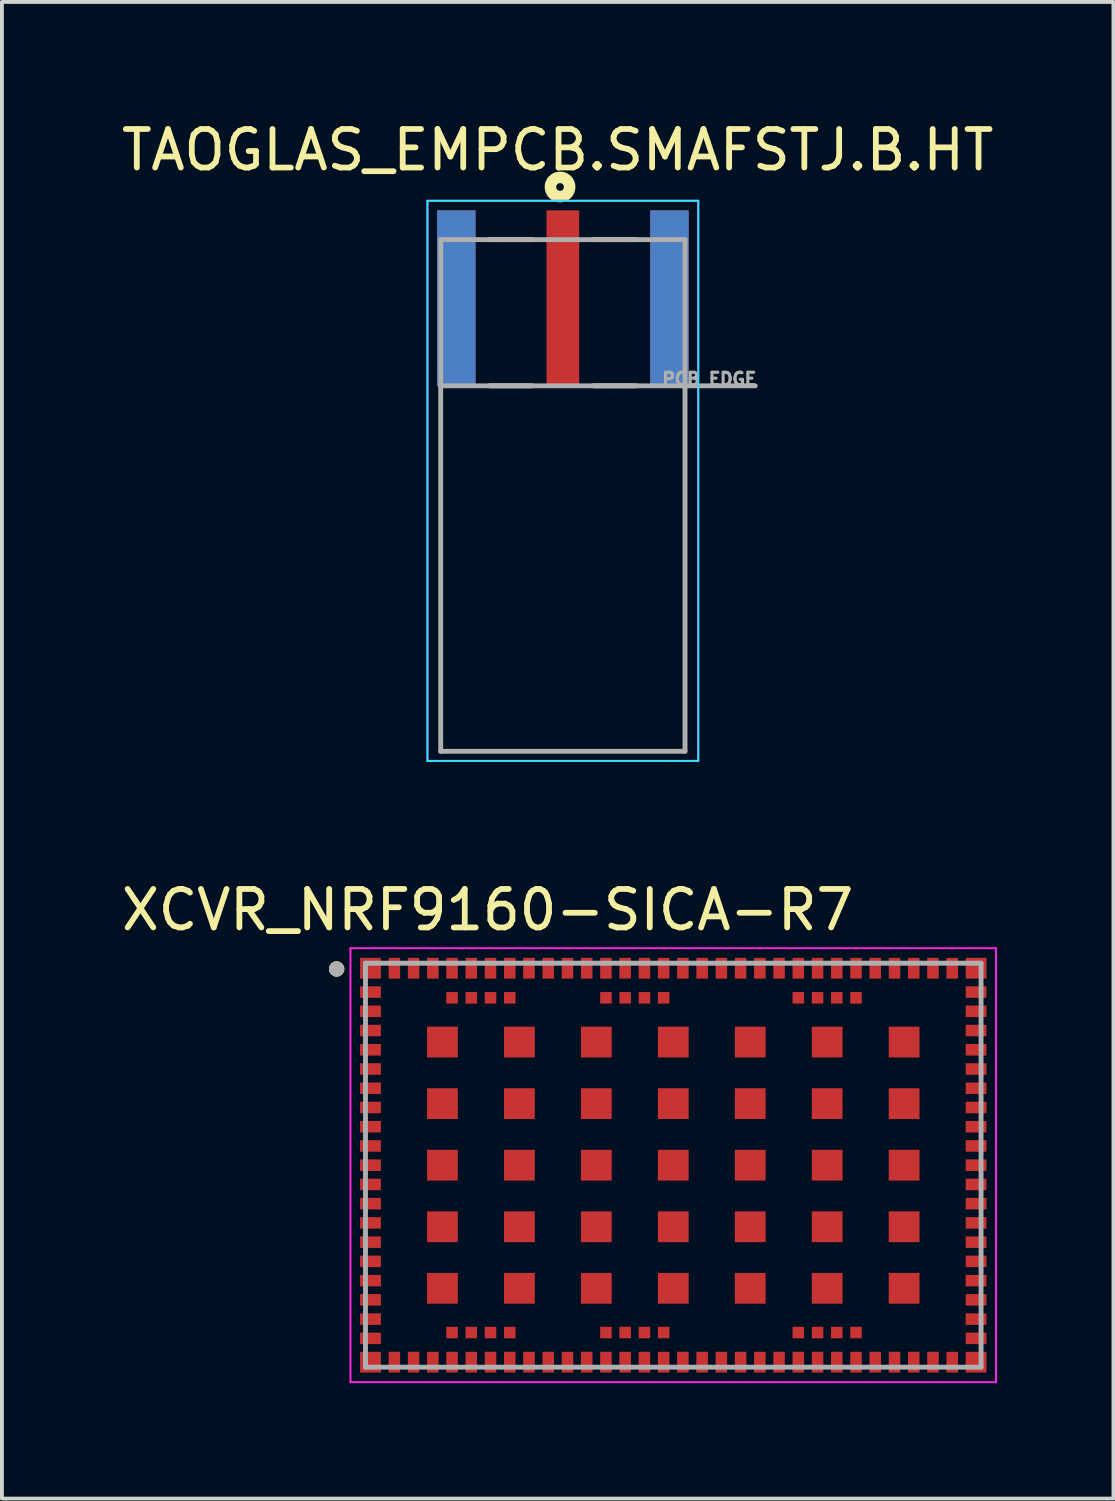
<source format=kicad_pcb>
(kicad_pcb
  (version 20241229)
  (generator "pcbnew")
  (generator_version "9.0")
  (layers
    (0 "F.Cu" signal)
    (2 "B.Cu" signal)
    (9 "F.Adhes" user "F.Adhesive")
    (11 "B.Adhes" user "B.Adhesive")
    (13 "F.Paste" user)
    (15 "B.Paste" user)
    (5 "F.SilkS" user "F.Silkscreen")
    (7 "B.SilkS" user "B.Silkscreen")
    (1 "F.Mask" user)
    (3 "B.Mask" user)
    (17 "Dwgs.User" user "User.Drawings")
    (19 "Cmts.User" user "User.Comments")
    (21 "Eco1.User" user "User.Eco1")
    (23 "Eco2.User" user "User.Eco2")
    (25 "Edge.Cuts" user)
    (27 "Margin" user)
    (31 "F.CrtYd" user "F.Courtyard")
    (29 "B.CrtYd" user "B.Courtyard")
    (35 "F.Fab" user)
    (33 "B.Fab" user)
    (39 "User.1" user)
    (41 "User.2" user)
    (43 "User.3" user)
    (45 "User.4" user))
  (footprint "XCVR_NRF9160-SICA-R7"
    (layer "F.Cu")
    (at 14.45 27.236)
    (property "Reference" "XCVR_NRF9160-SICA-R7" (at -4.825 -6.635 0) (layer "F.SilkS") (effects (font (size 1 1) (thickness 0.15))))
    (attr through_hole)
    (fp_circle (center -8.75 -5.1) (end -8.65 -5.1) (stroke (width 0.2) (type solid)) (fill no) (layer "F.SilkS"))
    (fp_line (start -8.39 -5.64) (end 8.39 -5.64) (stroke (width 0.05) (type solid)) (layer "F.CrtYd"))
    (fp_line (start -8.39 5.64) (end -8.39 -5.64) (stroke (width 0.05) (type solid)) (layer "F.CrtYd"))
    (fp_line (start 8.39 -5.64) (end 8.39 5.64) (stroke (width 0.05) (type solid)) (layer "F.CrtYd"))
    (fp_line (start 8.39 5.64) (end -8.39 5.64) (stroke (width 0.05) (type solid)) (layer "F.CrtYd"))
    (fp_line (start -8 -5.25) (end 8 -5.25) (stroke (width 0.127) (type solid)) (layer "F.Fab"))
    (fp_line (start -8 5.25) (end -8 -5.25) (stroke (width 0.127) (type solid)) (layer "F.Fab"))
    (fp_line (start 8 -5.25) (end 8 5.25) (stroke (width 0.127) (type solid)) (layer "F.Fab"))
    (fp_line (start 8 5.25) (end -8 5.25) (stroke (width 0.127) (type solid)) (layer "F.Fab"))
    (fp_circle (center -8.75 -5.1) (end -8.65 -5.1) (stroke (width 0.2) (type solid)) (fill no) (layer "F.Fab"))
    (pad "1" smd rect (at -7.87 -5.12) (size 0.54 0.54) (layers "F.Cu" "F.Mask" "F.Paste"))
    (pad "2" smd rect (at -7.87 -4.5) (size 0.54 0.3) (layers "F.Cu" "F.Mask" "F.Paste"))
    (pad "3" smd rect (at -7.87 -4) (size 0.54 0.3) (layers "F.Cu" "F.Mask" "F.Paste"))
    (pad "4" smd rect (at -7.87 -3.5) (size 0.54 0.3) (layers "F.Cu" "F.Mask" "F.Paste"))
    (pad "5" smd rect (at -7.87 -3) (size 0.54 0.3) (layers "F.Cu" "F.Mask" "F.Paste"))
    (pad "6" smd rect (at -7.87 -2.5) (size 0.54 0.3) (layers "F.Cu" "F.Mask" "F.Paste"))
    (pad "7" smd rect (at -7.87 -2) (size 0.54 0.3) (layers "F.Cu" "F.Mask" "F.Paste"))
    (pad "8" smd rect (at -7.87 -1.5) (size 0.54 0.3) (layers "F.Cu" "F.Mask" "F.Paste"))
    (pad "9" smd rect (at -7.87 -1) (size 0.54 0.3) (layers "F.Cu" "F.Mask" "F.Paste"))
    (pad "10" smd rect (at -7.87 -0.5) (size 0.54 0.3) (layers "F.Cu" "F.Mask" "F.Paste"))
    (pad "11" smd rect (at -7.87 0) (size 0.54 0.3) (layers "F.Cu" "F.Mask" "F.Paste"))
    (pad "12" smd rect (at -7.87 0.5) (size 0.54 0.3) (layers "F.Cu" "F.Mask" "F.Paste"))
    (pad "13" smd rect (at -7.87 1) (size 0.54 0.3) (layers "F.Cu" "F.Mask" "F.Paste"))
    (pad "14" smd rect (at -7.87 1.5) (size 0.54 0.3) (layers "F.Cu" "F.Mask" "F.Paste"))
    (pad "15" smd rect (at -7.87 2) (size 0.54 0.3) (layers "F.Cu" "F.Mask" "F.Paste"))
    (pad "16" smd rect (at -7.87 2.5) (size 0.54 0.3) (layers "F.Cu" "F.Mask" "F.Paste"))
    (pad "17" smd rect (at -7.87 3) (size 0.54 0.3) (layers "F.Cu" "F.Mask" "F.Paste"))
    (pad "18" smd rect (at -7.87 3.5) (size 0.54 0.3) (layers "F.Cu" "F.Mask" "F.Paste"))
    (pad "19" smd rect (at -7.87 4) (size 0.54 0.3) (layers "F.Cu" "F.Mask" "F.Paste"))
    (pad "20" smd rect (at -7.87 4.5) (size 0.54 0.3) (layers "F.Cu" "F.Mask" "F.Paste"))
    (pad "21" smd rect (at -7.87 5.12) (size 0.54 0.54) (layers "F.Cu" "F.Mask" "F.Paste"))
    (pad "22" smd rect (at -7.25 5.12) (size 0.3 0.54) (layers "F.Cu" "F.Mask" "F.Paste"))
    (pad "23" smd rect (at -6.75 5.12) (size 0.3 0.54) (layers "F.Cu" "F.Mask" "F.Paste"))
    (pad "24" smd rect (at -6.25 5.12) (size 0.3 0.54) (layers "F.Cu" "F.Mask" "F.Paste"))
    (pad "25" smd rect (at -5.75 5.12) (size 0.3 0.54) (layers "F.Cu" "F.Mask" "F.Paste"))
    (pad "26" smd rect (at -5.25 5.12) (size 0.3 0.54) (layers "F.Cu" "F.Mask" "F.Paste"))
    (pad "27" smd rect (at -4.75 5.12) (size 0.3 0.54) (layers "F.Cu" "F.Mask" "F.Paste"))
    (pad "28" smd rect (at -4.25 5.12) (size 0.3 0.54) (layers "F.Cu" "F.Mask" "F.Paste"))
    (pad "29" smd rect (at -3.75 5.12) (size 0.3 0.54) (layers "F.Cu" "F.Mask" "F.Paste"))
    (pad "30" smd rect (at -3.25 5.12) (size 0.3 0.54) (layers "F.Cu" "F.Mask" "F.Paste"))
    (pad "31" smd rect (at -2.75 5.12) (size 0.3 0.54) (layers "F.Cu" "F.Mask" "F.Paste"))
    (pad "32" smd rect (at -2.25 5.12) (size 0.3 0.54) (layers "F.Cu" "F.Mask" "F.Paste"))
    (pad "33" smd rect (at -1.75 5.12) (size 0.3 0.54) (layers "F.Cu" "F.Mask" "F.Paste"))
    (pad "34" smd rect (at -1.25 5.12) (size 0.3 0.54) (layers "F.Cu" "F.Mask" "F.Paste"))
    (pad "35" smd rect (at -0.75 5.12) (size 0.3 0.54) (layers "F.Cu" "F.Mask" "F.Paste"))
    (pad "36" smd rect (at -0.25 5.12) (size 0.3 0.54) (layers "F.Cu" "F.Mask" "F.Paste"))
    (pad "37" smd rect (at 0.25 5.12) (size 0.3 0.54) (layers "F.Cu" "F.Mask" "F.Paste"))
    (pad "38" smd rect (at 0.75 5.12) (size 0.3 0.54) (layers "F.Cu" "F.Mask" "F.Paste"))
    (pad "39" smd rect (at 1.25 5.12) (size 0.3 0.54) (layers "F.Cu" "F.Mask" "F.Paste"))
    (pad "40" smd rect (at 1.75 5.12) (size 0.3 0.54) (layers "F.Cu" "F.Mask" "F.Paste"))
    (pad "41" smd rect (at 2.25 5.12) (size 0.3 0.54) (layers "F.Cu" "F.Mask" "F.Paste"))
    (pad "42" smd rect (at 2.75 5.12) (size 0.3 0.54) (layers "F.Cu" "F.Mask" "F.Paste"))
    (pad "43" smd rect (at 3.25 5.12) (size 0.3 0.54) (layers "F.Cu" "F.Mask" "F.Paste"))
    (pad "44" smd rect (at 3.75 5.12) (size 0.3 0.54) (layers "F.Cu" "F.Mask" "F.Paste"))
    (pad "45" smd rect (at 4.25 5.12) (size 0.3 0.54) (layers "F.Cu" "F.Mask" "F.Paste"))
    (pad "46" smd rect (at 4.75 5.12) (size 0.3 0.54) (layers "F.Cu" "F.Mask" "F.Paste"))
    (pad "47" smd rect (at 5.25 5.12) (size 0.3 0.54) (layers "F.Cu" "F.Mask" "F.Paste"))
    (pad "48" smd rect (at 5.75 5.12) (size 0.3 0.54) (layers "F.Cu" "F.Mask" "F.Paste"))
    (pad "49" smd rect (at 6.25 5.12) (size 0.3 0.54) (layers "F.Cu" "F.Mask" "F.Paste"))
    (pad "50" smd rect (at 6.75 5.12) (size 0.3 0.54) (layers "F.Cu" "F.Mask" "F.Paste"))
    (pad "51" smd rect (at 7.25 5.12) (size 0.3 0.54) (layers "F.Cu" "F.Mask" "F.Paste"))
    (pad "52" smd rect (at 7.87 5.12) (size 0.54 0.54) (layers "F.Cu" "F.Mask" "F.Paste"))
    (pad "53" smd rect (at 7.87 4.5) (size 0.54 0.3) (layers "F.Cu" "F.Mask" "F.Paste"))
    (pad "54" smd rect (at 7.87 4) (size 0.54 0.3) (layers "F.Cu" "F.Mask" "F.Paste"))
    (pad "55" smd rect (at 7.87 3.5) (size 0.54 0.3) (layers "F.Cu" "F.Mask" "F.Paste"))
    (pad "56" smd rect (at 7.87 3) (size 0.54 0.3) (layers "F.Cu" "F.Mask" "F.Paste"))
    (pad "57" smd rect (at 7.87 2.5) (size 0.54 0.3) (layers "F.Cu" "F.Mask" "F.Paste"))
    (pad "58" smd rect (at 7.87 2) (size 0.54 0.3) (layers "F.Cu" "F.Mask" "F.Paste"))
    (pad "59" smd rect (at 7.87 1.5) (size 0.54 0.3) (layers "F.Cu" "F.Mask" "F.Paste"))
    (pad "60" smd rect (at 7.87 1) (size 0.54 0.3) (layers "F.Cu" "F.Mask" "F.Paste"))
    (pad "61" smd rect (at 7.87 0.5) (size 0.54 0.3) (layers "F.Cu" "F.Mask" "F.Paste"))
    (pad "62" smd rect (at 7.87 0) (size 0.54 0.3) (layers "F.Cu" "F.Mask" "F.Paste"))
    (pad "63" smd rect (at 7.87 -0.5) (size 0.54 0.3) (layers "F.Cu" "F.Mask" "F.Paste"))
    (pad "64" smd rect (at 7.87 -1) (size 0.54 0.3) (layers "F.Cu" "F.Mask" "F.Paste"))
    (pad "65" smd rect (at 7.87 -1.5) (size 0.54 0.3) (layers "F.Cu" "F.Mask" "F.Paste"))
    (pad "66" smd rect (at 7.87 -2) (size 0.54 0.3) (layers "F.Cu" "F.Mask" "F.Paste"))
    (pad "67" smd rect (at 7.87 -2.5) (size 0.54 0.3) (layers "F.Cu" "F.Mask" "F.Paste"))
    (pad "68" smd rect (at 7.87 -3) (size 0.54 0.3) (layers "F.Cu" "F.Mask" "F.Paste"))
    (pad "69" smd rect (at 7.87 -3.5) (size 0.54 0.3) (layers "F.Cu" "F.Mask" "F.Paste"))
    (pad "70" smd rect (at 7.87 -4) (size 0.54 0.3) (layers "F.Cu" "F.Mask" "F.Paste"))
    (pad "71" smd rect (at 7.87 -4.5) (size 0.54 0.3) (layers "F.Cu" "F.Mask" "F.Paste"))
    (pad "72" smd rect (at 7.87 -5.12) (size 0.54 0.54) (layers "F.Cu" "F.Mask" "F.Paste"))
    (pad "73" smd rect (at 7.25 -5.12) (size 0.3 0.54) (layers "F.Cu" "F.Mask" "F.Paste"))
    (pad "74" smd rect (at 6.75 -5.12) (size 0.3 0.54) (layers "F.Cu" "F.Mask" "F.Paste"))
    (pad "75" smd rect (at 6.25 -5.12) (size 0.3 0.54) (layers "F.Cu" "F.Mask" "F.Paste"))
    (pad "76" smd rect (at 5.75 -5.12) (size 0.3 0.54) (layers "F.Cu" "F.Mask" "F.Paste"))
    (pad "77" smd rect (at 5.25 -5.12) (size 0.3 0.54) (layers "F.Cu" "F.Mask" "F.Paste"))
    (pad "78" smd rect (at 4.75 -5.12) (size 0.3 0.54) (layers "F.Cu" "F.Mask" "F.Paste"))
    (pad "79" smd rect (at 4.25 -5.12) (size 0.3 0.54) (layers "F.Cu" "F.Mask" "F.Paste"))
    (pad "80" smd rect (at 3.75 -5.12) (size 0.3 0.54) (layers "F.Cu" "F.Mask" "F.Paste"))
    (pad "81" smd rect (at 3.25 -5.12) (size 0.3 0.54) (layers "F.Cu" "F.Mask" "F.Paste"))
    (pad "82" smd rect (at 2.75 -5.12) (size 0.3 0.54) (layers "F.Cu" "F.Mask" "F.Paste"))
    (pad "83" smd rect (at 2.25 -5.12) (size 0.3 0.54) (layers "F.Cu" "F.Mask" "F.Paste"))
    (pad "84" smd rect (at 1.75 -5.12) (size 0.3 0.54) (layers "F.Cu" "F.Mask" "F.Paste"))
    (pad "85" smd rect (at 1.25 -5.12) (size 0.3 0.54) (layers "F.Cu" "F.Mask" "F.Paste"))
    (pad "86" smd rect (at 0.75 -5.12) (size 0.3 0.54) (layers "F.Cu" "F.Mask" "F.Paste"))
    (pad "87" smd rect (at 0.25 -5.12) (size 0.3 0.54) (layers "F.Cu" "F.Mask" "F.Paste"))
    (pad "88" smd rect (at -0.25 -5.12) (size 0.3 0.54) (layers "F.Cu" "F.Mask" "F.Paste"))
    (pad "89" smd rect (at -0.75 -5.12) (size 0.3 0.54) (layers "F.Cu" "F.Mask" "F.Paste"))
    (pad "90" smd rect (at -1.25 -5.12) (size 0.3 0.54) (layers "F.Cu" "F.Mask" "F.Paste"))
    (pad "91" smd rect (at -1.75 -5.12) (size 0.3 0.54) (layers "F.Cu" "F.Mask" "F.Paste"))
    (pad "92" smd rect (at -2.25 -5.12) (size 0.3 0.54) (layers "F.Cu" "F.Mask" "F.Paste"))
    (pad "93" smd rect (at -2.75 -5.12) (size 0.3 0.54) (layers "F.Cu" "F.Mask" "F.Paste"))
    (pad "94" smd rect (at -3.25 -5.12) (size 0.3 0.54) (layers "F.Cu" "F.Mask" "F.Paste"))
    (pad "95" smd rect (at -3.75 -5.12) (size 0.3 0.54) (layers "F.Cu" "F.Mask" "F.Paste"))
    (pad "96" smd rect (at -4.25 -5.12) (size 0.3 0.54) (layers "F.Cu" "F.Mask" "F.Paste"))
    (pad "97" smd rect (at -4.75 -5.12) (size 0.3 0.54) (layers "F.Cu" "F.Mask" "F.Paste"))
    (pad "98" smd rect (at -5.25 -5.12) (size 0.3 0.54) (layers "F.Cu" "F.Mask" "F.Paste"))
    (pad "99" smd rect (at -5.75 -5.12) (size 0.3 0.54) (layers "F.Cu" "F.Mask" "F.Paste"))
    (pad "100" smd rect (at -6.25 -5.12) (size 0.3 0.54) (layers "F.Cu" "F.Mask" "F.Paste"))
    (pad "101" smd rect (at -6.75 -5.12) (size 0.3 0.54) (layers "F.Cu" "F.Mask" "F.Paste"))
    (pad "102" smd rect (at -7.25 -5.12) (size 0.3 0.54) (layers "F.Cu" "F.Mask" "F.Paste"))
    (pad "103_1" smd rect (at -6 -3.2) (size 0.8 0.8) (layers "F.Cu" "F.Mask" "F.Paste"))
    (pad "103_2" smd rect (at -4 -3.2) (size 0.8 0.8) (layers "F.Cu" "F.Mask" "F.Paste"))
    (pad "103_3" smd rect (at -2 -3.2) (size 0.8 0.8) (layers "F.Cu" "F.Mask" "F.Paste"))
    (pad "103_4" smd rect (at 0 -3.2) (size 0.8 0.8) (layers "F.Cu" "F.Mask" "F.Paste"))
    (pad "103_5" smd rect (at 2 -3.2) (size 0.8 0.8) (layers "F.Cu" "F.Mask" "F.Paste"))
    (pad "103_6" smd rect (at 4 -3.2) (size 0.8 0.8) (layers "F.Cu" "F.Mask" "F.Paste"))
    (pad "103_7" smd rect (at 6 -3.2) (size 0.8 0.8) (layers "F.Cu" "F.Mask" "F.Paste"))
    (pad "103_8" smd rect (at -6 -1.6) (size 0.8 0.8) (layers "F.Cu" "F.Mask" "F.Paste"))
    (pad "103_9" smd rect (at -4 -1.6) (size 0.8 0.8) (layers "F.Cu" "F.Mask" "F.Paste"))
    (pad "103_10" smd rect (at -2 -1.6) (size 0.8 0.8) (layers "F.Cu" "F.Mask" "F.Paste"))
    (pad "103_11" smd rect (at 0 -1.6) (size 0.8 0.8) (layers "F.Cu" "F.Mask" "F.Paste"))
    (pad "103_12" smd rect (at 2 -1.6) (size 0.8 0.8) (layers "F.Cu" "F.Mask" "F.Paste"))
    (pad "103_13" smd rect (at 4 -1.6) (size 0.8 0.8) (layers "F.Cu" "F.Mask" "F.Paste"))
    (pad "103_14" smd rect (at 6 -1.6) (size 0.8 0.8) (layers "F.Cu" "F.Mask" "F.Paste"))
    (pad "103_15" smd rect (at -6 0) (size 0.8 0.8) (layers "F.Cu" "F.Mask" "F.Paste"))
    (pad "103_16" smd rect (at -4 0) (size 0.8 0.8) (layers "F.Cu" "F.Mask" "F.Paste"))
    (pad "103_17" smd rect (at -2 0) (size 0.8 0.8) (layers "F.Cu" "F.Mask" "F.Paste"))
    (pad "103_18" smd rect (at 0 0) (size 0.8 0.8) (layers "F.Cu" "F.Mask" "F.Paste"))
    (pad "103_19" smd rect (at 2 0) (size 0.8 0.8) (layers "F.Cu" "F.Mask" "F.Paste"))
    (pad "103_20" smd rect (at 4 0) (size 0.8 0.8) (layers "F.Cu" "F.Mask" "F.Paste"))
    (pad "103_21" smd rect (at 6 0) (size 0.8 0.8) (layers "F.Cu" "F.Mask" "F.Paste"))
    (pad "103_22" smd rect (at -6 1.6) (size 0.8 0.8) (layers "F.Cu" "F.Mask" "F.Paste"))
    (pad "103_23" smd rect (at -4 1.6) (size 0.8 0.8) (layers "F.Cu" "F.Mask" "F.Paste"))
    (pad "103_24" smd rect (at -2 1.6) (size 0.8 0.8) (layers "F.Cu" "F.Mask" "F.Paste"))
    (pad "103_25" smd rect (at 0 1.6) (size 0.8 0.8) (layers "F.Cu" "F.Mask" "F.Paste"))
    (pad "103_26" smd rect (at 2 1.6) (size 0.8 0.8) (layers "F.Cu" "F.Mask" "F.Paste"))
    (pad "103_27" smd rect (at 4 1.6) (size 0.8 0.8) (layers "F.Cu" "F.Mask" "F.Paste"))
    (pad "103_28" smd rect (at 6 1.6) (size 0.8 0.8) (layers "F.Cu" "F.Mask" "F.Paste"))
    (pad "103_29" smd rect (at -6 3.2) (size 0.8 0.8) (layers "F.Cu" "F.Mask" "F.Paste"))
    (pad "103_30" smd rect (at -4 3.2) (size 0.8 0.8) (layers "F.Cu" "F.Mask" "F.Paste"))
    (pad "103_31" smd rect (at -2 3.2) (size 0.8 0.8) (layers "F.Cu" "F.Mask" "F.Paste"))
    (pad "103_32" smd rect (at 0 3.2) (size 0.8 0.8) (layers "F.Cu" "F.Mask" "F.Paste"))
    (pad "103_33" smd rect (at 2 3.2) (size 0.8 0.8) (layers "F.Cu" "F.Mask" "F.Paste"))
    (pad "103_34" smd rect (at 4 3.2) (size 0.8 0.8) (layers "F.Cu" "F.Mask" "F.Paste"))
    (pad "103_35" smd rect (at 6 3.2) (size 0.8 0.8) (layers "F.Cu" "F.Mask" "F.Paste"))
    (pad "104" smd rect (at -5.75 4.35) (size 0.3 0.3) (layers "F.Cu" "F.Mask" "F.Paste"))
    (pad "105" smd rect (at -5.25 4.35) (size 0.3 0.3) (layers "F.Cu" "F.Mask" "F.Paste"))
    (pad "106" smd rect (at -4.75 4.35) (size 0.3 0.3) (layers "F.Cu" "F.Mask" "F.Paste"))
    (pad "107" smd rect (at -4.25 4.35) (size 0.3 0.3) (layers "F.Cu" "F.Mask" "F.Paste"))
    (pad "108" smd rect (at -1.75 4.35) (size 0.3 0.3) (layers "F.Cu" "F.Mask" "F.Paste"))
    (pad "109" smd rect (at -1.25 4.35) (size 0.3 0.3) (layers "F.Cu" "F.Mask" "F.Paste"))
    (pad "110" smd rect (at -0.75 4.35) (size 0.3 0.3) (layers "F.Cu" "F.Mask" "F.Paste"))
    (pad "111" smd rect (at -0.25 4.35) (size 0.3 0.3) (layers "F.Cu" "F.Mask" "F.Paste"))
    (pad "112" smd rect (at 3.25 4.35) (size 0.3 0.3) (layers "F.Cu" "F.Mask" "F.Paste"))
    (pad "113" smd rect (at 3.75 4.35) (size 0.3 0.3) (layers "F.Cu" "F.Mask" "F.Paste"))
    (pad "114" smd rect (at 4.25 4.35) (size 0.3 0.3) (layers "F.Cu" "F.Mask" "F.Paste"))
    (pad "115" smd rect (at 4.75 4.35) (size 0.3 0.3) (layers "F.Cu" "F.Mask" "F.Paste"))
    (pad "116" smd rect (at 4.75 -4.35) (size 0.3 0.3) (layers "F.Cu" "F.Mask" "F.Paste"))
    (pad "117" smd rect (at 4.25 -4.35) (size 0.3 0.3) (layers "F.Cu" "F.Mask" "F.Paste"))
    (pad "118" smd rect (at 3.75 -4.35) (size 0.3 0.3) (layers "F.Cu" "F.Mask" "F.Paste"))
    (pad "119" smd rect (at 3.25 -4.35) (size 0.3 0.3) (layers "F.Cu" "F.Mask" "F.Paste"))
    (pad "120" smd rect (at -0.25 -4.35) (size 0.3 0.3) (layers "F.Cu" "F.Mask" "F.Paste"))
    (pad "121" smd rect (at -0.75 -4.35) (size 0.3 0.3) (layers "F.Cu" "F.Mask" "F.Paste"))
    (pad "122" smd rect (at -1.25 -4.35) (size 0.3 0.3) (layers "F.Cu" "F.Mask" "F.Paste"))
    (pad "123" smd rect (at -1.75 -4.35) (size 0.3 0.3) (layers "F.Cu" "F.Mask" "F.Paste"))
    (pad "124" smd rect (at -4.25 -4.35) (size 0.3 0.3) (layers "F.Cu" "F.Mask" "F.Paste"))
    (pad "125" smd rect (at -4.75 -4.35) (size 0.3 0.3) (layers "F.Cu" "F.Mask" "F.Paste"))
    (pad "126" smd rect (at -5.25 -4.35) (size 0.3 0.3) (layers "F.Cu" "F.Mask" "F.Paste"))
    (pad "127" smd rect (at -5.75 -4.35) (size 0.3 0.3) (layers "F.Cu" "F.Mask" "F.Paste")))
  (footprint "TAOGLAS_EMPCB.SMAFSTJ.B.HT"
    (layer "F.Cu")
    (at 11.58 4.698)
    (property "Reference" "TAOGLAS_EMPCB.SMAFSTJ.B.HT" (at -0.135 -3.849 0) (layer "F.SilkS") (effects (font (size 1.001 1.001) (thickness 0.15))))
    (attr through_hole)
    (fp_line (start -1.9 -1.52) (end -0.8 -1.52) (stroke (width 0.127) (type solid)) (layer "F.SilkS"))
    (fp_line (start -1.9 2.28) (end -0.8 2.28) (stroke (width 0.127) (type solid)) (layer "F.SilkS"))
    (fp_line (start 0.8 -1.52) (end 1.9 -1.52) (stroke (width 0.127) (type solid)) (layer "F.SilkS"))
    (fp_line (start 0.8 2.28) (end 1.9 2.28) (stroke (width 0.127) (type solid)) (layer "F.SilkS"))
    (fp_circle (center -0.073 -2.888) (end 0.027 -2.888) (stroke (width 0.3) (type solid)) (fill no) (layer "F.SilkS"))
    (fp_line (start -3.52 -2.53) (end 3.52 -2.53) (stroke (width 0.05) (type solid)) (layer "B.CrtYd"))
    (fp_line (start -3.52 12.03) (end -3.52 -2.53) (stroke (width 0.05) (type solid)) (layer "B.CrtYd"))
    (fp_line (start 3.52 -2.53) (end 3.52 12.03) (stroke (width 0.05) (type solid)) (layer "B.CrtYd"))
    (fp_line (start 3.52 12.03) (end -3.52 12.03) (stroke (width 0.05) (type solid)) (layer "B.CrtYd"))
    (fp_line (start -3.52 -2.53) (end 3.52 -2.53) (stroke (width 0.05) (type solid)) (layer "F.CrtYd"))
    (fp_line (start -3.52 12.03) (end -3.52 -2.53) (stroke (width 0.05) (type solid)) (layer "F.CrtYd"))
    (fp_line (start 3.52 -2.53) (end 3.52 12.03) (stroke (width 0.05) (type solid)) (layer "F.CrtYd"))
    (fp_line (start 3.52 12.03) (end -3.52 12.03) (stroke (width 0.05) (type solid)) (layer "F.CrtYd"))
    (fp_line (start -3.175 -1.52) (end 3.175 -1.52) (stroke (width 0.127) (type solid)) (layer "F.Fab"))
    (fp_line (start -3.175 2.28) (end -3.175 -1.52) (stroke (width 0.127) (type solid)) (layer "F.Fab"))
    (fp_line (start -3.175 2.28) (end 5 2.28) (stroke (width 0.127) (type solid)) (layer "F.Fab"))
    (fp_line (start -3.175 11.78) (end -3.175 2.28) (stroke (width 0.127) (type solid)) (layer "F.Fab"))
    (fp_line (start 3.175 -1.52) (end 3.175 11.78) (stroke (width 0.127) (type solid)) (layer "F.Fab"))
    (fp_line (start 3.175 11.78) (end -3.175 11.78) (stroke (width 0.127) (type solid)) (layer "F.Fab"))
    (fp_text user "PCB EDGE" (at 3.807 2.104 0) (layer "F.Fab") (effects (font (size 0.321 0.321) (thickness 0.15))))
    (pad "1" smd rect (at 0 0) (size 0.85 4.56) (layers "F.Cu" "F.Mask" "F.Paste"))
    (pad "SH1" smd rect (at -2.77 0) (size 1 4.56) (layers "F.Cu" "F.Mask" "F.Paste"))
    (pad "SH2" smd rect (at 2.77 0) (size 1 4.56) (layers "F.Cu" "F.Mask" "F.Paste"))
    (pad "SH3" smd rect (at -2.77 0) (size 1 4.56) (layers "B.Cu" "B.Mask" "B.Paste"))
    (pad "SH4" smd rect (at 2.77 0) (size 1 4.56) (layers "B.Cu" "B.Mask" "B.Paste")))
  (gr_rect
    (start -3 -3)
    (end 25.891 35.901)
    (stroke (width 0.1) (type default))
    (fill no)
    (layer "Edge.Cuts")))
</source>
